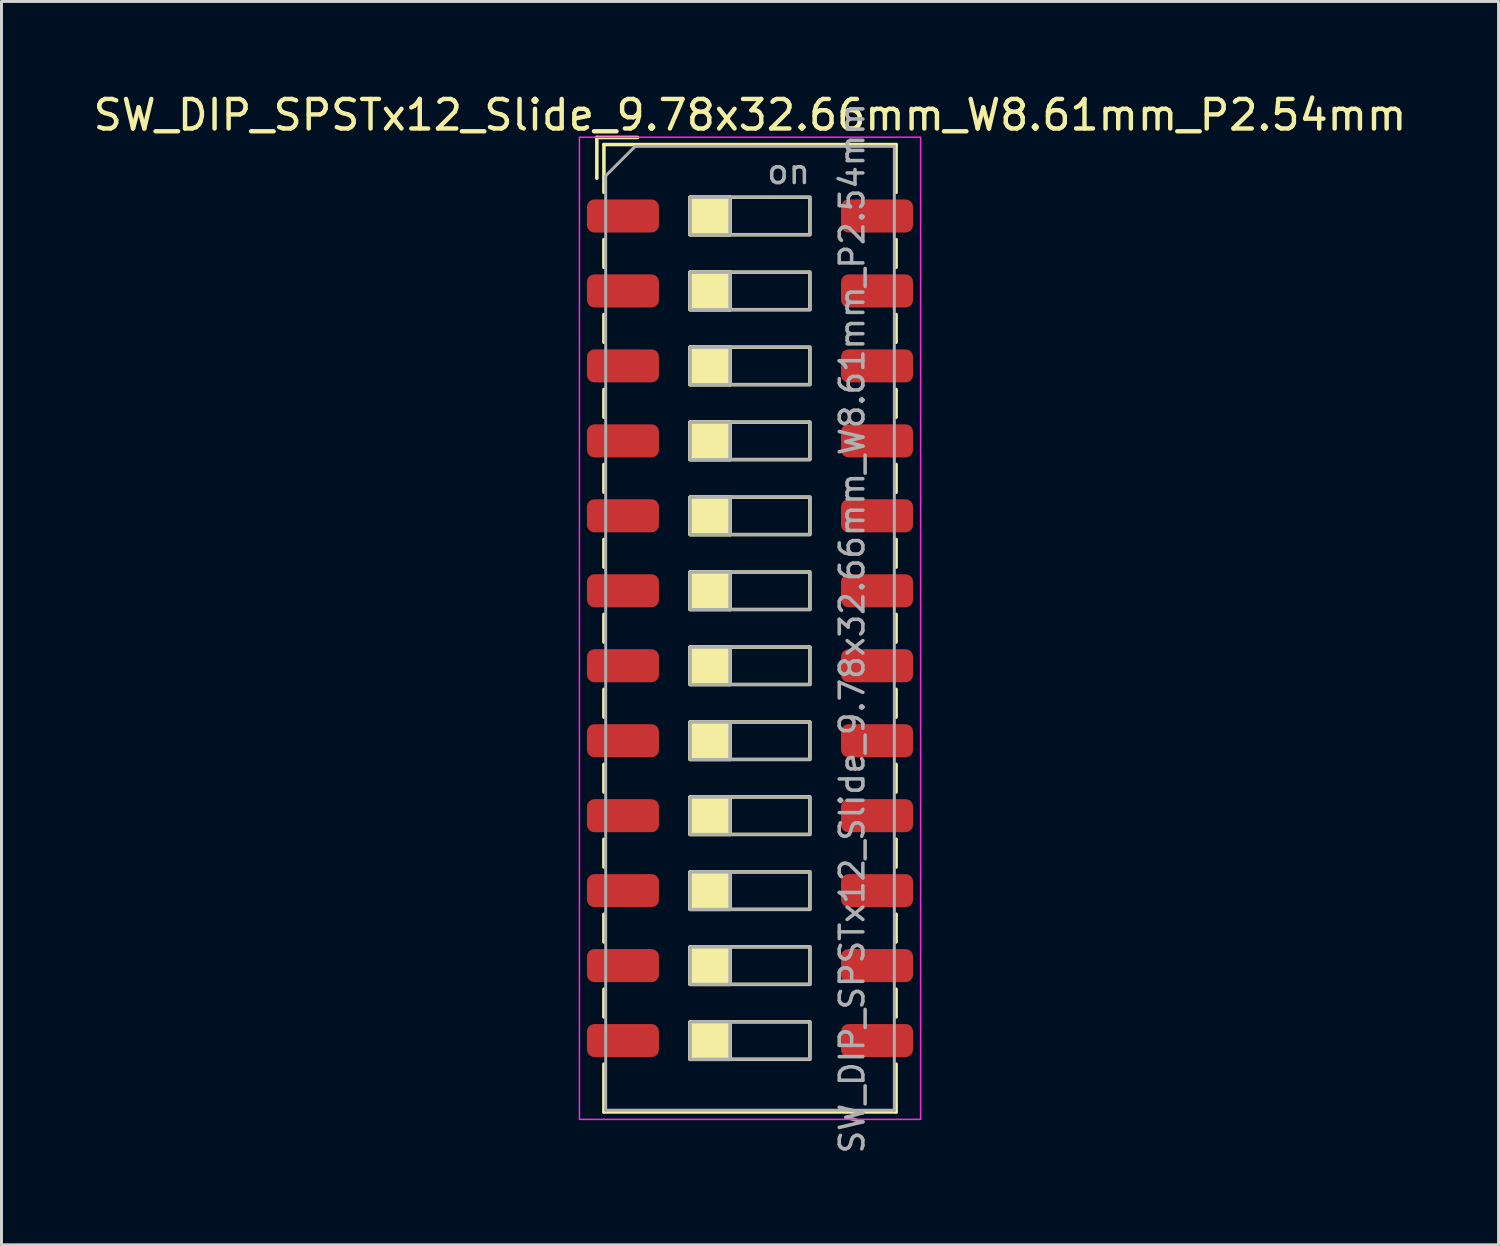
<source format=kicad_pcb>
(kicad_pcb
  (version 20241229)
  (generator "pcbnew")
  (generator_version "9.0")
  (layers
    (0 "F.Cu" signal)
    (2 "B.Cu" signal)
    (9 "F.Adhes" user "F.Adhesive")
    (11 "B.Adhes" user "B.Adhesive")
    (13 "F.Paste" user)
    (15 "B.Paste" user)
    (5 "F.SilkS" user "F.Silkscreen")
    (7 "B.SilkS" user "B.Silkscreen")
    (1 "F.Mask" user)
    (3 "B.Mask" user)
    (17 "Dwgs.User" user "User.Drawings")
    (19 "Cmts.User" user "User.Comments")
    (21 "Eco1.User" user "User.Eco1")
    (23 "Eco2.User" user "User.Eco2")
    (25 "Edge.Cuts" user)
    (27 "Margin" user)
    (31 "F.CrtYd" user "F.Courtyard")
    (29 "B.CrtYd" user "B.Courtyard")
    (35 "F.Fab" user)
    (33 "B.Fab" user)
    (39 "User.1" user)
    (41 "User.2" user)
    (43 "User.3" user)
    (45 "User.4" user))
  (footprint "SW_DIP_SPSTx12_Slide_9.78x32.66mm_W8.61mm_P2.54mm"
    (layer "F.Cu")
    (at 22.363 18.238)
    (property "Reference" "SW_DIP_SPSTx12_Slide_9.78x32.66mm_W8.61mm_P2.54mm" (at 0 -17.39 0) (layer "F.SilkS") (effects (font (size 1 1) (thickness 0.15))))
    (attr smd)
    (fp_line (start -5.19 -16.63) (end -5.19 -15.247) (stroke (width 0.12) (type solid)) (layer "F.SilkS"))
    (fp_line (start -5.19 -16.63) (end -3.807 -16.63) (stroke (width 0.12) (type solid)) (layer "F.SilkS"))
    (fp_line (start -4.95 -16.39) (end -4.95 -14.77) (stroke (width 0.12) (type solid)) (layer "F.SilkS"))
    (fp_line (start -4.95 -16.39) (end 4.95 -16.39) (stroke (width 0.12) (type solid)) (layer "F.SilkS"))
    (fp_line (start -4.95 -13.17) (end -4.95 -12.23) (stroke (width 0.12) (type solid)) (layer "F.SilkS"))
    (fp_line (start -4.95 -10.63) (end -4.95 -9.69) (stroke (width 0.12) (type solid)) (layer "F.SilkS"))
    (fp_line (start -4.95 -8.09) (end -4.95 -7.15) (stroke (width 0.12) (type solid)) (layer "F.SilkS"))
    (fp_line (start -4.95 -5.55) (end -4.95 -4.61) (stroke (width 0.12) (type solid)) (layer "F.SilkS"))
    (fp_line (start -4.95 -3.01) (end -4.95 -2.07) (stroke (width 0.12) (type solid)) (layer "F.SilkS"))
    (fp_line (start -4.95 -0.47) (end -4.95 0.47) (stroke (width 0.12) (type solid)) (layer "F.SilkS"))
    (fp_line (start -4.95 2.07) (end -4.95 3.01) (stroke (width 0.12) (type solid)) (layer "F.SilkS"))
    (fp_line (start -4.95 4.61) (end -4.95 5.55) (stroke (width 0.12) (type solid)) (layer "F.SilkS"))
    (fp_line (start -4.95 7.15) (end -4.95 8.09) (stroke (width 0.12) (type solid)) (layer "F.SilkS"))
    (fp_line (start -4.95 9.69) (end -4.95 10.63) (stroke (width 0.12) (type solid)) (layer "F.SilkS"))
    (fp_line (start -4.95 12.23) (end -4.95 13.17) (stroke (width 0.12) (type solid)) (layer "F.SilkS"))
    (fp_line (start -4.95 14.77) (end -4.95 16.39) (stroke (width 0.12) (type solid)) (layer "F.SilkS"))
    (fp_line (start -4.95 16.39) (end 4.95 16.39) (stroke (width 0.12) (type solid)) (layer "F.SilkS"))
    (fp_line (start -0.677 -14.605) (end -0.677 -13.335) (stroke (width 0.12) (type solid)) (layer "F.SilkS"))
    (fp_line (start -0.677 -12.065) (end -0.677 -10.795) (stroke (width 0.12) (type solid)) (layer "F.SilkS"))
    (fp_line (start -0.677 -9.525) (end -0.677 -8.255) (stroke (width 0.12) (type solid)) (layer "F.SilkS"))
    (fp_line (start -0.677 -6.985) (end -0.677 -5.715) (stroke (width 0.12) (type solid)) (layer "F.SilkS"))
    (fp_line (start -0.677 -4.445) (end -0.677 -3.175) (stroke (width 0.12) (type solid)) (layer "F.SilkS"))
    (fp_line (start -0.677 -1.905) (end -0.677 -0.635) (stroke (width 0.12) (type solid)) (layer "F.SilkS"))
    (fp_line (start -0.677 0.635) (end -0.677 1.905) (stroke (width 0.12) (type solid)) (layer "F.SilkS"))
    (fp_line (start -0.677 3.175) (end -0.677 4.445) (stroke (width 0.12) (type solid)) (layer "F.SilkS"))
    (fp_line (start -0.677 5.715) (end -0.677 6.985) (stroke (width 0.12) (type solid)) (layer "F.SilkS"))
    (fp_line (start -0.677 8.255) (end -0.677 9.525) (stroke (width 0.12) (type solid)) (layer "F.SilkS"))
    (fp_line (start -0.677 10.795) (end -0.677 12.065) (stroke (width 0.12) (type solid)) (layer "F.SilkS"))
    (fp_line (start -0.677 13.335) (end -0.677 14.605) (stroke (width 0.12) (type solid)) (layer "F.SilkS"))
    (fp_line (start 4.95 -16.39) (end 4.95 -14.77) (stroke (width 0.12) (type solid)) (layer "F.SilkS"))
    (fp_line (start 4.95 -13.17) (end 4.95 -12.23) (stroke (width 0.12) (type solid)) (layer "F.SilkS"))
    (fp_line (start 4.95 -10.63) (end 4.95 -9.69) (stroke (width 0.12) (type solid)) (layer "F.SilkS"))
    (fp_line (start 4.95 -8.09) (end 4.95 -7.15) (stroke (width 0.12) (type solid)) (layer "F.SilkS"))
    (fp_line (start 4.95 -5.55) (end 4.95 -4.61) (stroke (width 0.12) (type solid)) (layer "F.SilkS"))
    (fp_line (start 4.95 -3.01) (end 4.95 -2.07) (stroke (width 0.12) (type solid)) (layer "F.SilkS"))
    (fp_line (start 4.95 -0.47) (end 4.95 0.47) (stroke (width 0.12) (type solid)) (layer "F.SilkS"))
    (fp_line (start 4.95 2.07) (end 4.95 3.01) (stroke (width 0.12) (type solid)) (layer "F.SilkS"))
    (fp_line (start 4.95 4.61) (end 4.95 5.55) (stroke (width 0.12) (type solid)) (layer "F.SilkS"))
    (fp_line (start 4.95 7.15) (end 4.95 8.09) (stroke (width 0.12) (type solid)) (layer "F.SilkS"))
    (fp_line (start 4.95 9.69) (end 4.95 10.63) (stroke (width 0.12) (type solid)) (layer "F.SilkS"))
    (fp_line (start 4.95 12.23) (end 4.95 13.17) (stroke (width 0.12) (type solid)) (layer "F.SilkS"))
    (fp_line (start 4.95 14.77) (end 4.95 16.39) (stroke (width 0.12) (type solid)) (layer "F.SilkS"))
    (fp_rect (start -2.03 -14.605) (end -0.677 -13.335) (stroke (width 0.12) (type solid)) (fill yes) (layer "F.SilkS"))
    (fp_rect (start -2.03 -14.605) (end 2.03 -13.335) (stroke (width 0.12) (type solid)) (fill no) (layer "F.SilkS"))
    (fp_rect (start -2.03 -12.065) (end -0.677 -10.795) (stroke (width 0.12) (type solid)) (fill yes) (layer "F.SilkS"))
    (fp_rect (start -2.03 -12.065) (end 2.03 -10.795) (stroke (width 0.12) (type solid)) (fill no) (layer "F.SilkS"))
    (fp_rect (start -2.03 -9.525) (end -0.677 -8.255) (stroke (width 0.12) (type solid)) (fill yes) (layer "F.SilkS"))
    (fp_rect (start -2.03 -9.525) (end 2.03 -8.255) (stroke (width 0.12) (type solid)) (fill no) (layer "F.SilkS"))
    (fp_rect (start -2.03 -6.985) (end -0.677 -5.715) (stroke (width 0.12) (type solid)) (fill yes) (layer "F.SilkS"))
    (fp_rect (start -2.03 -6.985) (end 2.03 -5.715) (stroke (width 0.12) (type solid)) (fill no) (layer "F.SilkS"))
    (fp_rect (start -2.03 -4.445) (end -0.677 -3.175) (stroke (width 0.12) (type solid)) (fill yes) (layer "F.SilkS"))
    (fp_rect (start -2.03 -4.445) (end 2.03 -3.175) (stroke (width 0.12) (type solid)) (fill no) (layer "F.SilkS"))
    (fp_rect (start -2.03 -1.905) (end -0.677 -0.635) (stroke (width 0.12) (type solid)) (fill yes) (layer "F.SilkS"))
    (fp_rect (start -2.03 -1.905) (end 2.03 -0.635) (stroke (width 0.12) (type solid)) (fill no) (layer "F.SilkS"))
    (fp_rect (start -2.03 0.635) (end -0.677 1.905) (stroke (width 0.12) (type solid)) (fill yes) (layer "F.SilkS"))
    (fp_rect (start -2.03 0.635) (end 2.03 1.905) (stroke (width 0.12) (type solid)) (fill no) (layer "F.SilkS"))
    (fp_rect (start -2.03 3.175) (end -0.677 4.445) (stroke (width 0.12) (type solid)) (fill yes) (layer "F.SilkS"))
    (fp_rect (start -2.03 3.175) (end 2.03 4.445) (stroke (width 0.12) (type solid)) (fill no) (layer "F.SilkS"))
    (fp_rect (start -2.03 5.715) (end -0.677 6.985) (stroke (width 0.12) (type solid)) (fill yes) (layer "F.SilkS"))
    (fp_rect (start -2.03 5.715) (end 2.03 6.985) (stroke (width 0.12) (type solid)) (fill no) (layer "F.SilkS"))
    (fp_rect (start -2.03 8.255) (end -0.677 9.525) (stroke (width 0.12) (type solid)) (fill yes) (layer "F.SilkS"))
    (fp_rect (start -2.03 8.255) (end 2.03 9.525) (stroke (width 0.12) (type solid)) (fill no) (layer "F.SilkS"))
    (fp_rect (start -2.03 10.795) (end -0.677 12.065) (stroke (width 0.12) (type solid)) (fill yes) (layer "F.SilkS"))
    (fp_rect (start -2.03 10.795) (end 2.03 12.065) (stroke (width 0.12) (type solid)) (fill no) (layer "F.SilkS"))
    (fp_rect (start -2.03 13.335) (end -0.677 14.605) (stroke (width 0.12) (type solid)) (fill yes) (layer "F.SilkS"))
    (fp_rect (start -2.03 13.335) (end 2.03 14.605) (stroke (width 0.12) (type solid)) (fill no) (layer "F.SilkS"))
    (fp_rect (start -5.78 -16.64) (end 5.78 16.64) (stroke (width 0.05) (type solid)) (fill no) (layer "F.CrtYd"))
    (fp_line (start -4.89 -15.33) (end -3.89 -16.33) (stroke (width 0.1) (type solid)) (layer "F.Fab"))
    (fp_line (start -4.89 16.33) (end -4.89 -15.33) (stroke (width 0.1) (type solid)) (layer "F.Fab"))
    (fp_line (start -3.89 -16.33) (end 4.89 -16.33) (stroke (width 0.1) (type solid)) (layer "F.Fab"))
    (fp_line (start -0.677 -14.605) (end -0.677 -13.335) (stroke (width 0.1) (type solid)) (layer "F.Fab"))
    (fp_line (start -0.677 -12.065) (end -0.677 -10.795) (stroke (width 0.1) (type solid)) (layer "F.Fab"))
    (fp_line (start -0.677 -9.525) (end -0.677 -8.255) (stroke (width 0.1) (type solid)) (layer "F.Fab"))
    (fp_line (start -0.677 -6.985) (end -0.677 -5.715) (stroke (width 0.1) (type solid)) (layer "F.Fab"))
    (fp_line (start -0.677 -4.445) (end -0.677 -3.175) (stroke (width 0.1) (type solid)) (layer "F.Fab"))
    (fp_line (start -0.677 -1.905) (end -0.677 -0.635) (stroke (width 0.1) (type solid)) (layer "F.Fab"))
    (fp_line (start -0.677 0.635) (end -0.677 1.905) (stroke (width 0.1) (type solid)) (layer "F.Fab"))
    (fp_line (start -0.677 3.175) (end -0.677 4.445) (stroke (width 0.1) (type solid)) (layer "F.Fab"))
    (fp_line (start -0.677 5.715) (end -0.677 6.985) (stroke (width 0.1) (type solid)) (layer "F.Fab"))
    (fp_line (start -0.677 8.255) (end -0.677 9.525) (stroke (width 0.1) (type solid)) (layer "F.Fab"))
    (fp_line (start -0.677 10.795) (end -0.677 12.065) (stroke (width 0.1) (type solid)) (layer "F.Fab"))
    (fp_line (start -0.677 13.335) (end -0.677 14.605) (stroke (width 0.1) (type solid)) (layer "F.Fab"))
    (fp_line (start 4.89 -16.33) (end 4.89 16.33) (stroke (width 0.1) (type solid)) (layer "F.Fab"))
    (fp_line (start 4.89 16.33) (end -4.89 16.33) (stroke (width 0.1) (type solid)) (layer "F.Fab"))
    (fp_rect (start -2.03 -14.605) (end -0.677 -13.335) (stroke (width 0.1) (type solid)) (fill no) (layer "F.Fab"))
    (fp_rect (start -2.03 -14.605) (end 2.03 -13.335) (stroke (width 0.1) (type solid)) (fill no) (layer "F.Fab"))
    (fp_rect (start -2.03 -12.065) (end -0.677 -10.795) (stroke (width 0.1) (type solid)) (fill no) (layer "F.Fab"))
    (fp_rect (start -2.03 -12.065) (end 2.03 -10.795) (stroke (width 0.1) (type solid)) (fill no) (layer "F.Fab"))
    (fp_rect (start -2.03 -9.525) (end -0.677 -8.255) (stroke (width 0.1) (type solid)) (fill no) (layer "F.Fab"))
    (fp_rect (start -2.03 -9.525) (end 2.03 -8.255) (stroke (width 0.1) (type solid)) (fill no) (layer "F.Fab"))
    (fp_rect (start -2.03 -6.985) (end -0.677 -5.715) (stroke (width 0.1) (type solid)) (fill no) (layer "F.Fab"))
    (fp_rect (start -2.03 -6.985) (end 2.03 -5.715) (stroke (width 0.1) (type solid)) (fill no) (layer "F.Fab"))
    (fp_rect (start -2.03 -4.445) (end -0.677 -3.175) (stroke (width 0.1) (type solid)) (fill no) (layer "F.Fab"))
    (fp_rect (start -2.03 -4.445) (end 2.03 -3.175) (stroke (width 0.1) (type solid)) (fill no) (layer "F.Fab"))
    (fp_rect (start -2.03 -1.905) (end -0.677 -0.635) (stroke (width 0.1) (type solid)) (fill no) (layer "F.Fab"))
    (fp_rect (start -2.03 -1.905) (end 2.03 -0.635) (stroke (width 0.1) (type solid)) (fill no) (layer "F.Fab"))
    (fp_rect (start -2.03 0.635) (end -0.677 1.905) (stroke (width 0.1) (type solid)) (fill no) (layer "F.Fab"))
    (fp_rect (start -2.03 0.635) (end 2.03 1.905) (stroke (width 0.1) (type solid)) (fill no) (layer "F.Fab"))
    (fp_rect (start -2.03 3.175) (end -0.677 4.445) (stroke (width 0.1) (type solid)) (fill no) (layer "F.Fab"))
    (fp_rect (start -2.03 3.175) (end 2.03 4.445) (stroke (width 0.1) (type solid)) (fill no) (layer "F.Fab"))
    (fp_rect (start -2.03 5.715) (end -0.677 6.985) (stroke (width 0.1) (type solid)) (fill no) (layer "F.Fab"))
    (fp_rect (start -2.03 5.715) (end 2.03 6.985) (stroke (width 0.1) (type solid)) (fill no) (layer "F.Fab"))
    (fp_rect (start -2.03 8.255) (end -0.677 9.525) (stroke (width 0.1) (type solid)) (fill no) (layer "F.Fab"))
    (fp_rect (start -2.03 8.255) (end 2.03 9.525) (stroke (width 0.1) (type solid)) (fill no) (layer "F.Fab"))
    (fp_rect (start -2.03 10.795) (end -0.677 12.065) (stroke (width 0.1) (type solid)) (fill no) (layer "F.Fab"))
    (fp_rect (start -2.03 10.795) (end 2.03 12.065) (stroke (width 0.1) (type solid)) (fill no) (layer "F.Fab"))
    (fp_rect (start -2.03 13.335) (end -0.677 14.605) (stroke (width 0.1) (type solid)) (fill no) (layer "F.Fab"))
    (fp_rect (start -2.03 13.335) (end 2.03 14.605) (stroke (width 0.1) (type solid)) (fill no) (layer "F.Fab"))
    (fp_text user "${REFERENCE}" (at 3.46 0 90) (layer "F.Fab") (effects (font (size 0.8 0.8) (thickness 0.12))))
    (fp_text user "on" (at 1.308 -15.467 0) (layer "F.Fab") (effects (font (size 0.8 0.8) (thickness 0.12))))
    (pad "1" smd roundrect (at -4.305 -13.97) (size 2.44 1.12) (layers "F.Cu" "F.Mask" "F.Paste") (roundrect_rratio 0.223))
    (pad "2" smd roundrect (at -4.305 -11.43) (size 2.44 1.12) (layers "F.Cu" "F.Mask" "F.Paste") (roundrect_rratio 0.223))
    (pad "3" smd roundrect (at -4.305 -8.89) (size 2.44 1.12) (layers "F.Cu" "F.Mask" "F.Paste") (roundrect_rratio 0.223))
    (pad "4" smd roundrect (at -4.305 -6.35) (size 2.44 1.12) (layers "F.Cu" "F.Mask" "F.Paste") (roundrect_rratio 0.223))
    (pad "5" smd roundrect (at -4.305 -3.81) (size 2.44 1.12) (layers "F.Cu" "F.Mask" "F.Paste") (roundrect_rratio 0.223))
    (pad "6" smd roundrect (at -4.305 -1.27) (size 2.44 1.12) (layers "F.Cu" "F.Mask" "F.Paste") (roundrect_rratio 0.223))
    (pad "7" smd roundrect (at -4.305 1.27) (size 2.44 1.12) (layers "F.Cu" "F.Mask" "F.Paste") (roundrect_rratio 0.223))
    (pad "8" smd roundrect (at -4.305 3.81) (size 2.44 1.12) (layers "F.Cu" "F.Mask" "F.Paste") (roundrect_rratio 0.223))
    (pad "9" smd roundrect (at -4.305 6.35) (size 2.44 1.12) (layers "F.Cu" "F.Mask" "F.Paste") (roundrect_rratio 0.223))
    (pad "10" smd roundrect (at -4.305 8.89) (size 2.44 1.12) (layers "F.Cu" "F.Mask" "F.Paste") (roundrect_rratio 0.223))
    (pad "11" smd roundrect (at -4.305 11.43) (size 2.44 1.12) (layers "F.Cu" "F.Mask" "F.Paste") (roundrect_rratio 0.223))
    (pad "12" smd roundrect (at -4.305 13.97) (size 2.44 1.12) (layers "F.Cu" "F.Mask" "F.Paste") (roundrect_rratio 0.223))
    (pad "13" smd roundrect (at 4.305 13.97) (size 2.44 1.12) (layers "F.Cu" "F.Mask" "F.Paste") (roundrect_rratio 0.223))
    (pad "14" smd roundrect (at 4.305 11.43) (size 2.44 1.12) (layers "F.Cu" "F.Mask" "F.Paste") (roundrect_rratio 0.223))
    (pad "15" smd roundrect (at 4.305 8.89) (size 2.44 1.12) (layers "F.Cu" "F.Mask" "F.Paste") (roundrect_rratio 0.223))
    (pad "16" smd roundrect (at 4.305 6.35) (size 2.44 1.12) (layers "F.Cu" "F.Mask" "F.Paste") (roundrect_rratio 0.223))
    (pad "17" smd roundrect (at 4.305 3.81) (size 2.44 1.12) (layers "F.Cu" "F.Mask" "F.Paste") (roundrect_rratio 0.223))
    (pad "18" smd roundrect (at 4.305 1.27) (size 2.44 1.12) (layers "F.Cu" "F.Mask" "F.Paste") (roundrect_rratio 0.223))
    (pad "19" smd roundrect (at 4.305 -1.27) (size 2.44 1.12) (layers "F.Cu" "F.Mask" "F.Paste") (roundrect_rratio 0.223))
    (pad "20" smd roundrect (at 4.305 -3.81) (size 2.44 1.12) (layers "F.Cu" "F.Mask" "F.Paste") (roundrect_rratio 0.223))
    (pad "21" smd roundrect (at 4.305 -6.35) (size 2.44 1.12) (layers "F.Cu" "F.Mask" "F.Paste") (roundrect_rratio 0.223))
    (pad "22" smd roundrect (at 4.305 -8.89) (size 2.44 1.12) (layers "F.Cu" "F.Mask" "F.Paste") (roundrect_rratio 0.223))
    (pad "23" smd roundrect (at 4.305 -11.43) (size 2.44 1.12) (layers "F.Cu" "F.Mask" "F.Paste") (roundrect_rratio 0.223))
    (pad "24" smd roundrect (at 4.305 -13.97) (size 2.44 1.12) (layers "F.Cu" "F.Mask" "F.Paste") (roundrect_rratio 0.223)))
  (gr_rect
    (start -3 -3)
    (end 47.726 39.129)
    (stroke (width 0.1) (type default))
    (fill no)
    (layer "Edge.Cuts")))
</source>
